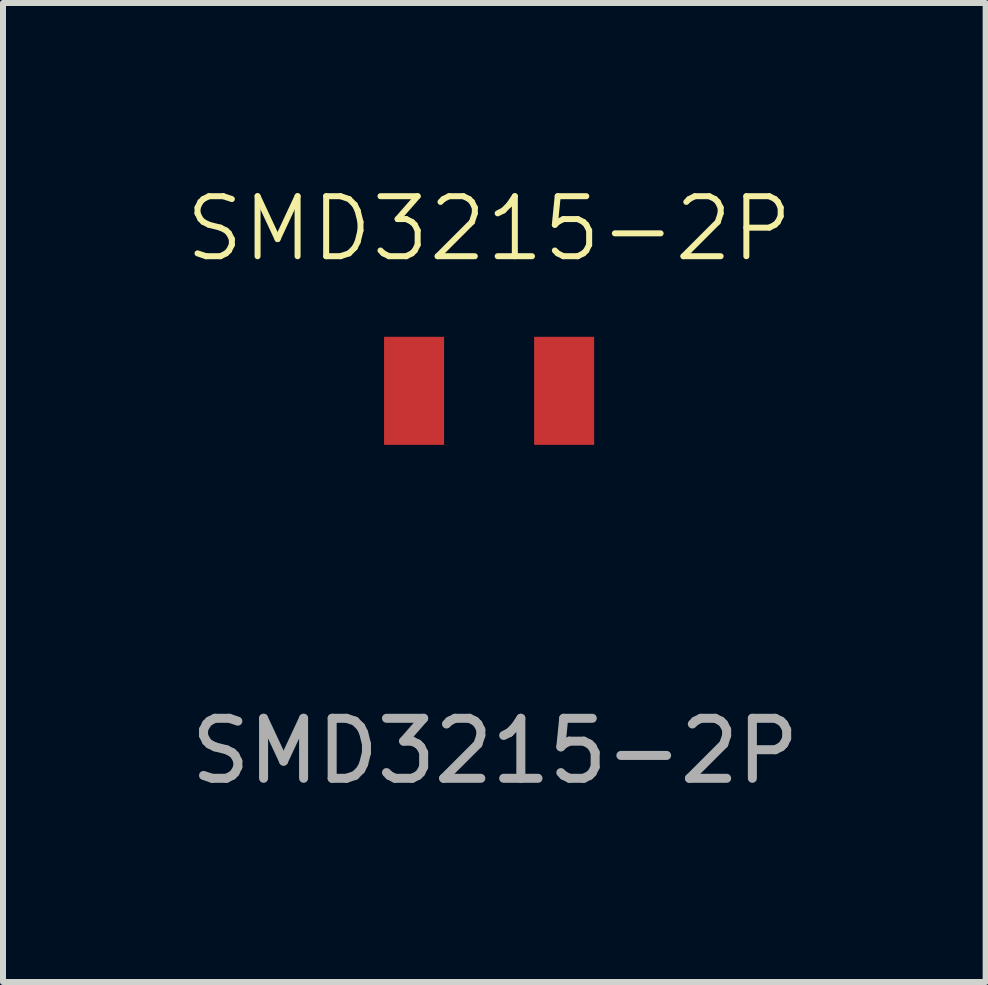
<source format=kicad_pcb>
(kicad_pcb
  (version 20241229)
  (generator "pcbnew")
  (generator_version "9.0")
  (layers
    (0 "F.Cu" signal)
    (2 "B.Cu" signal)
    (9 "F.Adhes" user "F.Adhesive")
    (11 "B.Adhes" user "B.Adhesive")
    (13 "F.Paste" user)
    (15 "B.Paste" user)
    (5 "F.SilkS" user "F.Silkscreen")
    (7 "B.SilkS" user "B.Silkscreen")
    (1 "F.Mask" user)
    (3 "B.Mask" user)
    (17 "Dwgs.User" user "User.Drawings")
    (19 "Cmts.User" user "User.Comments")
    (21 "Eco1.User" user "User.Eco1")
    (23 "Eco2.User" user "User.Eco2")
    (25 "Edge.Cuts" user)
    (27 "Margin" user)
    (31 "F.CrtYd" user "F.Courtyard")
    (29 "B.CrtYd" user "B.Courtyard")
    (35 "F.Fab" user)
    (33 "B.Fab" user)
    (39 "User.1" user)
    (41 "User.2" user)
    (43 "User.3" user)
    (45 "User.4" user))
  (footprint "SMD3215-2P"
    (layer "F.Cu")
    (at 5.098 3.461)
    (property "Reference" "SMD3215-2P" (at 0 -2.7 0) (unlocked yes) (layer "F.SilkS") (effects (font (size 1 1) (thickness 0.1))))
    (attr smd)
    (fp_text user "${REFERENCE}" (at 0.1 6 0) (unlocked yes) (layer "F.Fab") (effects (font (size 1 1) (thickness 0.15))))
    (pad "1" smd rect (at -1.25 0) (size 1 1.8) (layers "F.Cu" "F.Mask" "F.Paste"))
    (pad "2" smd rect (at 1.25 0) (size 1 1.8) (layers "F.Cu" "F.Mask" "F.Paste")))
  (gr_rect
    (start -3 -3)
    (end 13.37 13.309)
    (stroke (width 0.1) (type default))
    (fill no)
    (layer "Edge.Cuts")))
</source>
